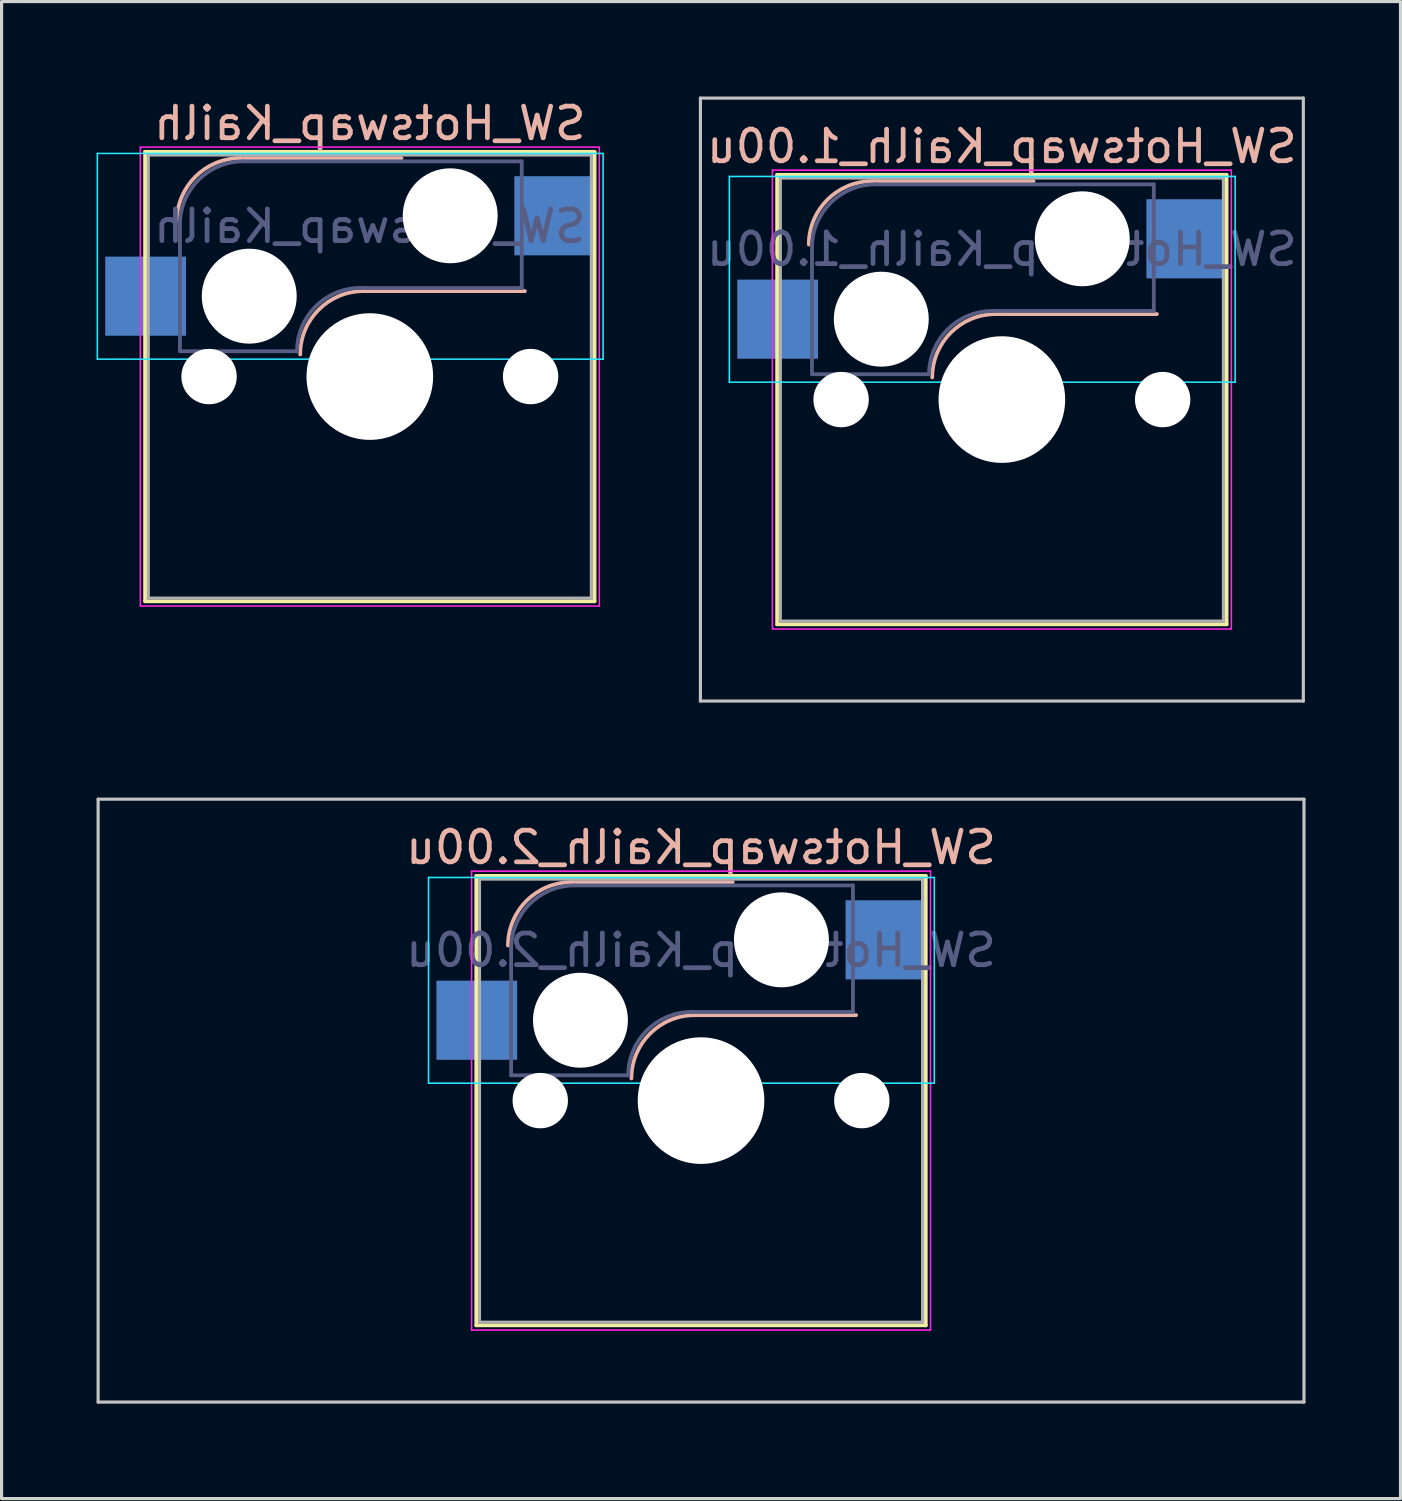
<source format=kicad_pcb>
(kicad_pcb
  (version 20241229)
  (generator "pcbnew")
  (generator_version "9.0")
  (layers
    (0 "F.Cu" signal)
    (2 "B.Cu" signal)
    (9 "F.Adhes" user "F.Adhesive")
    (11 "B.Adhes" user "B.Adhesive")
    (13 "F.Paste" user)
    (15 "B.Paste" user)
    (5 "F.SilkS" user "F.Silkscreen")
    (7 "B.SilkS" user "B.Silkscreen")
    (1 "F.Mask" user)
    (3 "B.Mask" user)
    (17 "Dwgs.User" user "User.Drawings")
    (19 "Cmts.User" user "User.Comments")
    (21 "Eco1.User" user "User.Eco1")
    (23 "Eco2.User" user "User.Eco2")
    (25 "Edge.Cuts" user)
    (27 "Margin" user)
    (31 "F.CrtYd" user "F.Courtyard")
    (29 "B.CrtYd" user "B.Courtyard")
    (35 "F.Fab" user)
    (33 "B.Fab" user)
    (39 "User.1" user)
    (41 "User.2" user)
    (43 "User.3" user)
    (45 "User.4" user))
  (footprint "SW_Hotswap_Kailh_1.00u"
    (layer "F.Cu")
    (at 28.605 9.575)
    (property "Reference" "SW_Hotswap_Kailh_1.00u" (at 0 -8 0) (layer "B.SilkS") (effects (font (size 1 1) (thickness 0.15)) (justify mirror)))
    (attr smd)
    (fp_line (start -7.1 -7.1) (end -7.1 7.1) (stroke (width 0.12) (type solid)) (layer "F.SilkS"))
    (fp_line (start -7.1 7.1) (end 7.1 7.1) (stroke (width 0.12) (type solid)) (layer "F.SilkS"))
    (fp_line (start 7.1 -7.1) (end -7.1 -7.1) (stroke (width 0.12) (type solid)) (layer "F.SilkS"))
    (fp_line (start 7.1 7.1) (end 7.1 -7.1) (stroke (width 0.12) (type solid)) (layer "F.SilkS"))
    (fp_line (start -4.1 -6.9) (end 1 -6.9) (stroke (width 0.12) (type solid)) (layer "B.SilkS"))
    (fp_line (start -0.2 -2.7) (end 4.9 -2.7) (stroke (width 0.12) (type solid)) (layer "B.SilkS"))
    (fp_arc (start -6.1 -4.9) (mid -5.514214 -6.314214) (end -4.1 -6.9) (stroke (width 0.12) (type solid)) (layer "B.SilkS"))
    (fp_arc (start -2.2 -0.7) (mid -1.614214 -2.114214) (end -0.2 -2.7) (stroke (width 0.12) (type solid)) (layer "B.SilkS"))
    (fp_line (start -9.525 -9.525) (end -9.525 9.525) (stroke (width 0.1) (type solid)) (layer "Dwgs.User"))
    (fp_line (start -9.525 9.525) (end 9.525 9.525) (stroke (width 0.1) (type solid)) (layer "Dwgs.User"))
    (fp_line (start 9.525 -9.525) (end -9.525 -9.525) (stroke (width 0.1) (type solid)) (layer "Dwgs.User"))
    (fp_line (start 9.525 9.525) (end 9.525 -9.525) (stroke (width 0.1) (type solid)) (layer "Dwgs.User"))
    (fp_line (start -8.61 -7.05) (end -8.61 -0.55) (stroke (width 0.05) (type solid)) (layer "B.CrtYd"))
    (fp_line (start -8.61 -0.55) (end 7.37 -0.55) (stroke (width 0.05) (type solid)) (layer "B.CrtYd"))
    (fp_line (start 7.37 -7.05) (end -8.61 -7.05) (stroke (width 0.05) (type solid)) (layer "B.CrtYd"))
    (fp_line (start 7.37 -0.55) (end 7.37 -7.05) (stroke (width 0.05) (type solid)) (layer "B.CrtYd"))
    (fp_line (start -7.25 -7.25) (end -7.25 7.25) (stroke (width 0.05) (type solid)) (layer "F.CrtYd"))
    (fp_line (start -7.25 7.25) (end 7.25 7.25) (stroke (width 0.05) (type solid)) (layer "F.CrtYd"))
    (fp_line (start 7.25 -7.25) (end -7.25 -7.25) (stroke (width 0.05) (type solid)) (layer "F.CrtYd"))
    (fp_line (start 7.25 7.25) (end 7.25 -7.25) (stroke (width 0.05) (type solid)) (layer "F.CrtYd"))
    (fp_line (start -6 -0.8) (end -6 -4.8) (stroke (width 0.12) (type solid)) (layer "B.Fab"))
    (fp_line (start -6 -0.8) (end -2.3 -0.8) (stroke (width 0.12) (type solid)) (layer "B.Fab"))
    (fp_line (start -4 -6.8) (end 4.8 -6.8) (stroke (width 0.12) (type solid)) (layer "B.Fab"))
    (fp_line (start -0.3 -2.8) (end 4.8 -2.8) (stroke (width 0.12) (type solid)) (layer "B.Fab"))
    (fp_line (start 4.8 -6.8) (end 4.8 -2.8) (stroke (width 0.12) (type solid)) (layer "B.Fab"))
    (fp_arc (start -6 -4.8) (mid -5.414214 -6.214214) (end -4 -6.8) (stroke (width 0.12) (type solid)) (layer "B.Fab"))
    (fp_arc (start -2.3 -0.8) (mid -1.714214 -2.214214) (end -0.3 -2.8) (stroke (width 0.12) (type solid)) (layer "B.Fab"))
    (fp_line (start -7 -7) (end -7 7) (stroke (width 0.1) (type solid)) (layer "F.Fab"))
    (fp_line (start -7 7) (end 7 7) (stroke (width 0.1) (type solid)) (layer "F.Fab"))
    (fp_line (start 7 -7) (end -7 -7) (stroke (width 0.1) (type solid)) (layer "F.Fab"))
    (fp_line (start 7 7) (end 7 -7) (stroke (width 0.1) (type solid)) (layer "F.Fab"))
    (fp_text user "${REFERENCE}" (at 0 -4.75 0) (layer "B.Fab") (effects (font (size 1 1) (thickness 0.15)) (justify mirror)))
    (pad "" np_thru_hole circle (at -5.08 0) (size 1.75 1.75) (drill 1.75) (layers "*.Cu" "*.Mask"))
    (pad "" np_thru_hole circle (at -3.81 -2.54) (size 3 3) (drill 3) (layers "*.Cu" "*.Mask"))
    (pad "" np_thru_hole circle (at 0 0) (size 4 4) (drill 4) (layers "*.Cu" "*.Mask"))
    (pad "" np_thru_hole circle (at 2.54 -5.08) (size 3 3) (drill 3) (layers "*.Cu" "*.Mask"))
    (pad "" np_thru_hole circle (at 5.08 0) (size 1.75 1.75) (drill 1.75) (layers "*.Cu" "*.Mask"))
    (pad "1" smd rect (at -7.085 -2.54) (size 2.55 2.5) (layers "B.Cu" "B.Mask" "B.Paste"))
    (pad "2" smd rect (at 5.842 -5.08) (size 2.55 2.5) (layers "B.Cu" "B.Mask" "B.Paste")))
  (footprint "SW_Hotswap_Kailh"
    (layer "F.Cu")
    (at 8.635 8.848)
    (property "Reference" "SW_Hotswap_Kailh" (at 0 -8 0) (layer "B.SilkS") (effects (font (size 1 1) (thickness 0.15)) (justify mirror)))
    (attr smd)
    (fp_line (start -7.1 -7.1) (end -7.1 7.1) (stroke (width 0.12) (type solid)) (layer "F.SilkS"))
    (fp_line (start -7.1 7.1) (end 7.1 7.1) (stroke (width 0.12) (type solid)) (layer "F.SilkS"))
    (fp_line (start 7.1 -7.1) (end -7.1 -7.1) (stroke (width 0.12) (type solid)) (layer "F.SilkS"))
    (fp_line (start 7.1 7.1) (end 7.1 -7.1) (stroke (width 0.12) (type solid)) (layer "F.SilkS"))
    (fp_line (start -4.1 -6.9) (end 1 -6.9) (stroke (width 0.12) (type solid)) (layer "B.SilkS"))
    (fp_line (start -0.2 -2.7) (end 4.9 -2.7) (stroke (width 0.12) (type solid)) (layer "B.SilkS"))
    (fp_arc (start -6.1 -4.9) (mid -5.514214 -6.314214) (end -4.1 -6.9) (stroke (width 0.12) (type solid)) (layer "B.SilkS"))
    (fp_arc (start -2.2 -0.7) (mid -1.614214 -2.114214) (end -0.2 -2.7) (stroke (width 0.12) (type solid)) (layer "B.SilkS"))
    (fp_line (start -8.61 -7.05) (end -8.61 -0.55) (stroke (width 0.05) (type solid)) (layer "B.CrtYd"))
    (fp_line (start -8.61 -0.55) (end 7.37 -0.55) (stroke (width 0.05) (type solid)) (layer "B.CrtYd"))
    (fp_line (start 7.37 -7.05) (end -8.61 -7.05) (stroke (width 0.05) (type solid)) (layer "B.CrtYd"))
    (fp_line (start 7.37 -0.55) (end 7.37 -7.05) (stroke (width 0.05) (type solid)) (layer "B.CrtYd"))
    (fp_line (start -7.25 -7.25) (end -7.25 7.25) (stroke (width 0.05) (type solid)) (layer "F.CrtYd"))
    (fp_line (start -7.25 7.25) (end 7.25 7.25) (stroke (width 0.05) (type solid)) (layer "F.CrtYd"))
    (fp_line (start 7.25 -7.25) (end -7.25 -7.25) (stroke (width 0.05) (type solid)) (layer "F.CrtYd"))
    (fp_line (start 7.25 7.25) (end 7.25 -7.25) (stroke (width 0.05) (type solid)) (layer "F.CrtYd"))
    (fp_line (start -6 -0.8) (end -6 -4.8) (stroke (width 0.12) (type solid)) (layer "B.Fab"))
    (fp_line (start -6 -0.8) (end -2.3 -0.8) (stroke (width 0.12) (type solid)) (layer "B.Fab"))
    (fp_line (start -4 -6.8) (end 4.8 -6.8) (stroke (width 0.12) (type solid)) (layer "B.Fab"))
    (fp_line (start -0.3 -2.8) (end 4.8 -2.8) (stroke (width 0.12) (type solid)) (layer "B.Fab"))
    (fp_line (start 4.8 -6.8) (end 4.8 -2.8) (stroke (width 0.12) (type solid)) (layer "B.Fab"))
    (fp_arc (start -6 -4.8) (mid -5.414214 -6.214214) (end -4 -6.8) (stroke (width 0.12) (type solid)) (layer "B.Fab"))
    (fp_arc (start -2.3 -0.8) (mid -1.714214 -2.214214) (end -0.3 -2.8) (stroke (width 0.12) (type solid)) (layer "B.Fab"))
    (fp_line (start -7 -7) (end -7 7) (stroke (width 0.1) (type solid)) (layer "F.Fab"))
    (fp_line (start -7 7) (end 7 7) (stroke (width 0.1) (type solid)) (layer "F.Fab"))
    (fp_line (start 7 -7) (end -7 -7) (stroke (width 0.1) (type solid)) (layer "F.Fab"))
    (fp_line (start 7 7) (end 7 -7) (stroke (width 0.1) (type solid)) (layer "F.Fab"))
    (fp_text user "${REFERENCE}" (at 0 -4.75 0) (layer "B.Fab") (effects (font (size 1 1) (thickness 0.15)) (justify mirror)))
    (pad "" np_thru_hole circle (at -5.08 0) (size 1.75 1.75) (drill 1.75) (layers "*.Cu" "*.Mask"))
    (pad "" np_thru_hole circle (at -3.81 -2.54) (size 3 3) (drill 3) (layers "*.Cu" "*.Mask"))
    (pad "" np_thru_hole circle (at 0 0) (size 4 4) (drill 4) (layers "*.Cu" "*.Mask"))
    (pad "" np_thru_hole circle (at 2.54 -5.08) (size 3 3) (drill 3) (layers "*.Cu" "*.Mask"))
    (pad "" np_thru_hole circle (at 5.08 0) (size 1.75 1.75) (drill 1.75) (layers "*.Cu" "*.Mask"))
    (pad "1" smd rect (at -7.085 -2.54) (size 2.55 2.5) (layers "B.Cu" "B.Mask" "B.Paste"))
    (pad "2" smd rect (at 5.842 -5.08) (size 2.55 2.5) (layers "B.Cu" "B.Mask" "B.Paste")))
  (footprint "SW_Hotswap_Kailh_2.00u"
    (layer "F.Cu")
    (at 19.1 31.725)
    (property "Reference" "SW_Hotswap_Kailh_2.00u" (at 0 -8 0) (layer "B.SilkS") (effects (font (size 1 1) (thickness 0.15)) (justify mirror)))
    (attr smd)
    (fp_line (start -7.1 -7.1) (end -7.1 7.1) (stroke (width 0.12) (type solid)) (layer "F.SilkS"))
    (fp_line (start -7.1 7.1) (end 7.1 7.1) (stroke (width 0.12) (type solid)) (layer "F.SilkS"))
    (fp_line (start 7.1 -7.1) (end -7.1 -7.1) (stroke (width 0.12) (type solid)) (layer "F.SilkS"))
    (fp_line (start 7.1 7.1) (end 7.1 -7.1) (stroke (width 0.12) (type solid)) (layer "F.SilkS"))
    (fp_line (start -4.1 -6.9) (end 1 -6.9) (stroke (width 0.12) (type solid)) (layer "B.SilkS"))
    (fp_line (start -0.2 -2.7) (end 4.9 -2.7) (stroke (width 0.12) (type solid)) (layer "B.SilkS"))
    (fp_arc (start -6.1 -4.9) (mid -5.514214 -6.314214) (end -4.1 -6.9) (stroke (width 0.12) (type solid)) (layer "B.SilkS"))
    (fp_arc (start -2.2 -0.7) (mid -1.614214 -2.114214) (end -0.2 -2.7) (stroke (width 0.12) (type solid)) (layer "B.SilkS"))
    (fp_line (start -19.05 -9.525) (end -19.05 9.525) (stroke (width 0.1) (type solid)) (layer "Dwgs.User"))
    (fp_line (start -19.05 9.525) (end 19.05 9.525) (stroke (width 0.1) (type solid)) (layer "Dwgs.User"))
    (fp_line (start 19.05 -9.525) (end -19.05 -9.525) (stroke (width 0.1) (type solid)) (layer "Dwgs.User"))
    (fp_line (start 19.05 9.525) (end 19.05 -9.525) (stroke (width 0.1) (type solid)) (layer "Dwgs.User"))
    (fp_line (start -8.61 -7.05) (end -8.61 -0.55) (stroke (width 0.05) (type solid)) (layer "B.CrtYd"))
    (fp_line (start -8.61 -0.55) (end 7.37 -0.55) (stroke (width 0.05) (type solid)) (layer "B.CrtYd"))
    (fp_line (start 7.37 -7.05) (end -8.61 -7.05) (stroke (width 0.05) (type solid)) (layer "B.CrtYd"))
    (fp_line (start 7.37 -0.55) (end 7.37 -7.05) (stroke (width 0.05) (type solid)) (layer "B.CrtYd"))
    (fp_line (start -7.25 -7.25) (end -7.25 7.25) (stroke (width 0.05) (type solid)) (layer "F.CrtYd"))
    (fp_line (start -7.25 7.25) (end 7.25 7.25) (stroke (width 0.05) (type solid)) (layer "F.CrtYd"))
    (fp_line (start 7.25 -7.25) (end -7.25 -7.25) (stroke (width 0.05) (type solid)) (layer "F.CrtYd"))
    (fp_line (start 7.25 7.25) (end 7.25 -7.25) (stroke (width 0.05) (type solid)) (layer "F.CrtYd"))
    (fp_line (start -6 -0.8) (end -6 -4.8) (stroke (width 0.12) (type solid)) (layer "B.Fab"))
    (fp_line (start -6 -0.8) (end -2.3 -0.8) (stroke (width 0.12) (type solid)) (layer "B.Fab"))
    (fp_line (start -4 -6.8) (end 4.8 -6.8) (stroke (width 0.12) (type solid)) (layer "B.Fab"))
    (fp_line (start -0.3 -2.8) (end 4.8 -2.8) (stroke (width 0.12) (type solid)) (layer "B.Fab"))
    (fp_line (start 4.8 -6.8) (end 4.8 -2.8) (stroke (width 0.12) (type solid)) (layer "B.Fab"))
    (fp_arc (start -6 -4.8) (mid -5.414214 -6.214214) (end -4 -6.8) (stroke (width 0.12) (type solid)) (layer "B.Fab"))
    (fp_arc (start -2.3 -0.8) (mid -1.714214 -2.214214) (end -0.3 -2.8) (stroke (width 0.12) (type solid)) (layer "B.Fab"))
    (fp_line (start -7 -7) (end -7 7) (stroke (width 0.1) (type solid)) (layer "F.Fab"))
    (fp_line (start -7 7) (end 7 7) (stroke (width 0.1) (type solid)) (layer "F.Fab"))
    (fp_line (start 7 -7) (end -7 -7) (stroke (width 0.1) (type solid)) (layer "F.Fab"))
    (fp_line (start 7 7) (end 7 -7) (stroke (width 0.1) (type solid)) (layer "F.Fab"))
    (fp_text user "${REFERENCE}" (at 0 -4.75 0) (layer "B.Fab") (effects (font (size 1 1) (thickness 0.15)) (justify mirror)))
    (pad "" np_thru_hole circle (at -5.08 0) (size 1.75 1.75) (drill 1.75) (layers "*.Cu" "*.Mask"))
    (pad "" np_thru_hole circle (at -3.81 -2.54) (size 3 3) (drill 3) (layers "*.Cu" "*.Mask"))
    (pad "" np_thru_hole circle (at 0 0) (size 4 4) (drill 4) (layers "*.Cu" "*.Mask"))
    (pad "" np_thru_hole circle (at 2.54 -5.08) (size 3 3) (drill 3) (layers "*.Cu" "*.Mask"))
    (pad "" np_thru_hole circle (at 5.08 0) (size 1.75 1.75) (drill 1.75) (layers "*.Cu" "*.Mask"))
    (pad "1" smd rect (at -7.085 -2.54) (size 2.55 2.5) (layers "B.Cu" "B.Mask" "B.Paste"))
    (pad "2" smd rect (at 5.842 -5.08) (size 2.55 2.5) (layers "B.Cu" "B.Mask" "B.Paste")))
  (gr_rect
    (start -3 -3)
    (end 41.2 44.3)
    (stroke (width 0.1) (type default))
    (fill no)
    (layer "Edge.Cuts")))
</source>
